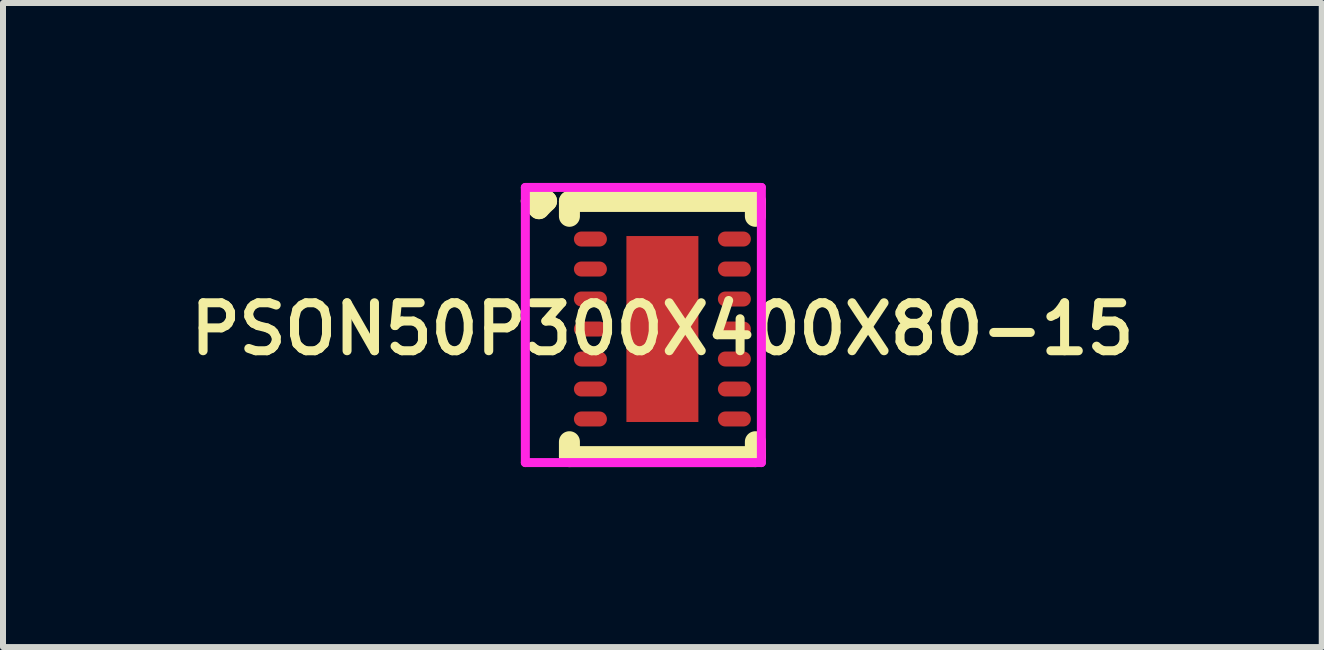
<source format=kicad_pcb>
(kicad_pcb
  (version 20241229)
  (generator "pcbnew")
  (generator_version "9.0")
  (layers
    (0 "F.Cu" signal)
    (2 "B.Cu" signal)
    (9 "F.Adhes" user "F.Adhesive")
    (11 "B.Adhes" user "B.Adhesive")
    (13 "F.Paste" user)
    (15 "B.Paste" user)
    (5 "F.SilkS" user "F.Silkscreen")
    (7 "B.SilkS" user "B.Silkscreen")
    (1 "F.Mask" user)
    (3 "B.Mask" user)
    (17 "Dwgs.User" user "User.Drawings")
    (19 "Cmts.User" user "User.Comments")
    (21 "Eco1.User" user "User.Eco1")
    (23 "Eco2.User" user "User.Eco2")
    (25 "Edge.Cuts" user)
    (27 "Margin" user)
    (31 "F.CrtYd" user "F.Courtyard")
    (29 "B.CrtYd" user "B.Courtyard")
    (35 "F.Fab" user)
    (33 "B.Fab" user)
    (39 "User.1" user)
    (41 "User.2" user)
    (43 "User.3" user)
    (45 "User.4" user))
  (footprint "PSON50P300X400X80-15"
    (layer "F.Cu")
    (at 7.993 2.435)
    (property "Reference" "PSON50P300X400X80-15" (at 0 0 0) (layer "F.SilkS") (effects (font (size 0.8 0.8) (thickness 0.15))))
    (attr smd)
    (fp_line (start -2.185 -2.133) (end -2.058 -2.26) (stroke (width 0.35) (type solid)) (layer "F.SilkS"))
    (fp_line (start -2.058 -2.26) (end -1.931 -2.133) (stroke (width 0.35) (type solid)) (layer "F.SilkS"))
    (fp_line (start -2.058 -2.006) (end -2.185 -2.133) (stroke (width 0.35) (type solid)) (layer "F.SilkS"))
    (fp_line (start -1.931 -2.133) (end -2.058 -2.006) (stroke (width 0.35) (type solid)) (layer "F.SilkS"))
    (fp_line (start -1.55 -2.127) (end 1.55 -2.127) (stroke (width 0.35) (type solid)) (layer "F.SilkS"))
    (fp_line (start -1.55 -1.879) (end -1.55 -2.127) (stroke (width 0.35) (type solid)) (layer "F.SilkS"))
    (fp_line (start -1.55 1.879) (end -1.55 2.127) (stroke (width 0.35) (type solid)) (layer "F.SilkS"))
    (fp_line (start -1.55 2.127) (end 1.55 2.127) (stroke (width 0.35) (type solid)) (layer "F.SilkS"))
    (fp_line (start 1.55 -2.127) (end 1.55 -1.879) (stroke (width 0.35) (type solid)) (layer "F.SilkS"))
    (fp_line (start 1.55 2.127) (end 1.55 1.879) (stroke (width 0.35) (type solid)) (layer "F.SilkS"))
    (fp_line (start -2.285 -2.36) (end 1.65 -2.36) (stroke (width 0.15) (type solid)) (layer "F.CrtYd"))
    (fp_line (start -2.285 2.227) (end -2.285 -2.36) (stroke (width 0.15) (type solid)) (layer "F.CrtYd"))
    (fp_line (start 1.65 -2.36) (end 1.65 2.227) (stroke (width 0.15) (type solid)) (layer "F.CrtYd"))
    (fp_line (start 1.65 2.227) (end -2.285 2.227) (stroke (width 0.15) (type solid)) (layer "F.CrtYd"))
    (pad "1" smd oval (at -1.2 -1.5) (size 0.55 0.25) (layers "F.Cu" "F.Mask" "F.Paste"))
    (pad "2" smd oval (at -1.2 -1) (size 0.55 0.25) (layers "F.Cu" "F.Mask" "F.Paste"))
    (pad "3" smd oval (at -1.2 -0.5) (size 0.55 0.25) (layers "F.Cu" "F.Mask" "F.Paste"))
    (pad "4" smd oval (at -1.2 0) (size 0.55 0.25) (layers "F.Cu" "F.Mask" "F.Paste"))
    (pad "5" smd oval (at -1.2 0.5) (size 0.55 0.25) (layers "F.Cu" "F.Mask" "F.Paste"))
    (pad "6" smd oval (at -1.2 1) (size 0.55 0.25) (layers "F.Cu" "F.Mask" "F.Paste"))
    (pad "7" smd oval (at -1.2 1.5) (size 0.55 0.25) (layers "F.Cu" "F.Mask" "F.Paste"))
    (pad "8" smd oval (at 1.2 1.5) (size 0.55 0.25) (layers "F.Cu" "F.Mask" "F.Paste"))
    (pad "9" smd oval (at 1.2 1) (size 0.55 0.25) (layers "F.Cu" "F.Mask" "F.Paste"))
    (pad "10" smd oval (at 1.2 0.5) (size 0.55 0.25) (layers "F.Cu" "F.Mask" "F.Paste"))
    (pad "11" smd oval (at 1.2 0) (size 0.55 0.25) (layers "F.Cu" "F.Mask" "F.Paste"))
    (pad "12" smd oval (at 1.2 -0.5) (size 0.55 0.25) (layers "F.Cu" "F.Mask" "F.Paste"))
    (pad "13" smd oval (at 1.2 -1) (size 0.55 0.25) (layers "F.Cu" "F.Mask" "F.Paste"))
    (pad "14" smd oval (at 1.2 -1.5) (size 0.55 0.25) (layers "F.Cu" "F.Mask" "F.Paste"))
    (pad "15" smd rect (at 0 0) (size 1.2 3.1) (layers "F.Cu" "F.Mask" "F.Paste")))
  (gr_rect
    (start -3 -3)
    (end 18.985 7.737)
    (stroke (width 0.1) (type default))
    (fill no)
    (layer "Edge.Cuts")))
</source>
